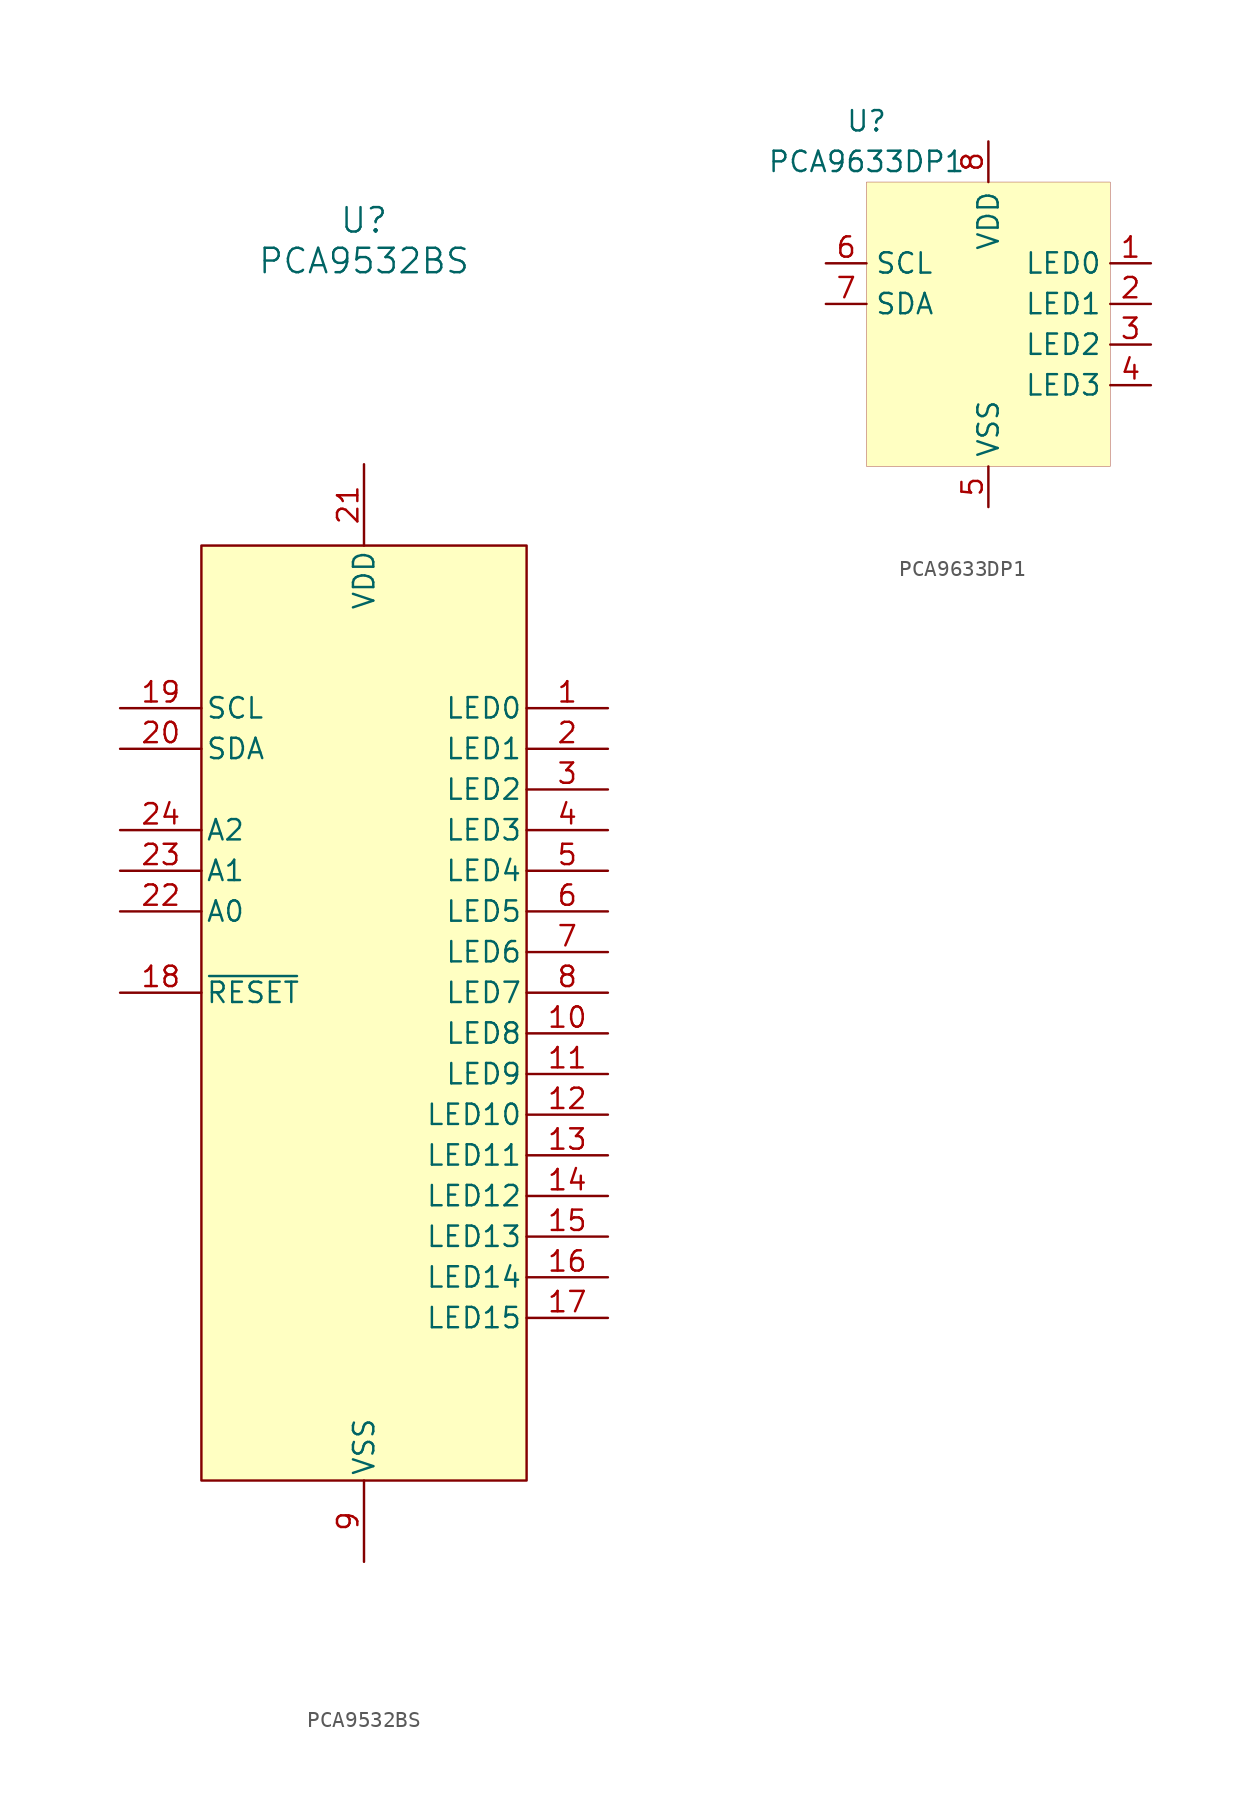
<source format=kicad_sym>
(kicad_symbol_lib
  (version 20201005)
  (generator kicad_symbol_editor)
  (symbol "Driver_LED_U:PCA9532BS"
    (pin_names
      (offset 0.254))
    (property "Reference" "U"
      (at 0 48.26 0)
      (effects (font (size 1.524 1.524))))
    (property "Value" "PCA9532BS"
      (at 0 45.72 0)
      (effects (font (size 1.524 1.524))))
    (symbol "PCA9532BS_1_1"
      (rectangle (start -10.16 27.94) (end 10.16 -30.48) (stroke (width 0.152)) (fill (type background)))
      (pin output line (at 15.24 17.78 180) (length 5.08) (name "LED0" (effects (font (size 1.27 1.27)))) (number "1" (effects (font (size 1.27 1.27)))))
      (pin output line (at 15.24 -2.54 180) (length 5.08) (name "LED8" (effects (font (size 1.27 1.27)))) (number "10" (effects (font (size 1.27 1.27)))))
      (pin output line (at 15.24 -5.08 180) (length 5.08) (name "LED9" (effects (font (size 1.27 1.27)))) (number "11" (effects (font (size 1.27 1.27)))))
      (pin output line (at 15.24 -7.62 180) (length 5.08) (name "LED10" (effects (font (size 1.27 1.27)))) (number "12" (effects (font (size 1.27 1.27)))))
      (pin output line (at 15.24 -10.16 180) (length 5.08) (name "LED11" (effects (font (size 1.27 1.27)))) (number "13" (effects (font (size 1.27 1.27)))))
      (pin output line (at 15.24 -12.7 180) (length 5.08) (name "LED12" (effects (font (size 1.27 1.27)))) (number "14" (effects (font (size 1.27 1.27)))))
      (pin output line (at 15.24 -15.24 180) (length 5.08) (name "LED13" (effects (font (size 1.27 1.27)))) (number "15" (effects (font (size 1.27 1.27)))))
      (pin output line (at 15.24 -17.78 180) (length 5.08) (name "LED14" (effects (font (size 1.27 1.27)))) (number "16" (effects (font (size 1.27 1.27)))))
      (pin output line (at 15.24 -20.32 180) (length 5.08) (name "LED15" (effects (font (size 1.27 1.27)))) (number "17" (effects (font (size 1.27 1.27)))))
      (pin input line (at -15.24 0 0) (length 5.08) (name "~{RESET}" (effects (font (size 1.27 1.27)))) (number "18" (effects (font (size 1.27 1.27)))))
      (pin input line (at -15.24 17.78 0) (length 5.08) (name "SCL" (effects (font (size 1.27 1.27)))) (number "19" (effects (font (size 1.27 1.27)))))
      (pin output line (at 15.24 15.24 180) (length 5.08) (name "LED1" (effects (font (size 1.27 1.27)))) (number "2" (effects (font (size 1.27 1.27)))))
      (pin bidirectional line (at -15.24 15.24 0) (length 5.08) (name "SDA" (effects (font (size 1.27 1.27)))) (number "20" (effects (font (size 1.27 1.27)))))
      (pin power_in line (at 0 33.02 270) (length 5.08) (name "VDD" (effects (font (size 1.27 1.27)))) (number "21" (effects (font (size 1.27 1.27)))))
      (pin input line (at -15.24 5.08 0) (length 5.08) (name "A0" (effects (font (size 1.27 1.27)))) (number "22" (effects (font (size 1.27 1.27)))))
      (pin input line (at -15.24 7.62 0) (length 5.08) (name "A1" (effects (font (size 1.27 1.27)))) (number "23" (effects (font (size 1.27 1.27)))))
      (pin input line (at -15.24 10.16 0) (length 5.08) (name "A2" (effects (font (size 1.27 1.27)))) (number "24" (effects (font (size 1.27 1.27)))))
      (pin power_in line (at 0 -35.56 90) (length 5.08) hide (name "VSS" (effects (font (size 1.27 1.27)))) (number "25" (effects (font (size 1.27 1.27)))))
      (pin output line (at 15.24 12.7 180) (length 5.08) (name "LED2" (effects (font (size 1.27 1.27)))) (number "3" (effects (font (size 1.27 1.27)))))
      (pin output line (at 15.24 10.16 180) (length 5.08) (name "LED3" (effects (font (size 1.27 1.27)))) (number "4" (effects (font (size 1.27 1.27)))))
      (pin output line (at 15.24 7.62 180) (length 5.08) (name "LED4" (effects (font (size 1.27 1.27)))) (number "5" (effects (font (size 1.27 1.27)))))
      (pin output line (at 15.24 5.08 180) (length 5.08) (name "LED5" (effects (font (size 1.27 1.27)))) (number "6" (effects (font (size 1.27 1.27)))))
      (pin output line (at 15.24 2.54 180) (length 5.08) (name "LED6" (effects (font (size 1.27 1.27)))) (number "7" (effects (font (size 1.27 1.27)))))
      (pin output line (at 15.24 0 180) (length 5.08) (name "LED7" (effects (font (size 1.27 1.27)))) (number "8" (effects (font (size 1.27 1.27)))))
      (pin power_in line (at 0 -35.56 90) (length 5.08) (name "VSS" (effects (font (size 1.27 1.27)))) (number "9" (effects (font (size 1.27 1.27)))))))
  (symbol "Driver_LED_U:PCA9633DP1"
    (property "Reference" "U"
      (at -7.62 11.43 0)
      (effects (font (size 1.27 1.27))))
    (property "Value" "PCA9633DP1"
      (at -7.62 8.89 0)
      (effects (font (size 1.27 1.27))))
    (symbol "PCA9633DP1_0_1"
      (rectangle (start -7.62 7.62) (end 7.62 -10.16) (stroke (width 0.001)) (fill (type background))))
    (symbol "PCA9633DP1_1_1"
      (pin output line (at 10.16 2.54 180) (length 2.54) (name "LED0" (effects (font (size 1.27 1.27)))) (number "1" (effects (font (size 1.27 1.27)))))
      (pin output line (at 10.16 0 180) (length 2.54) (name "LED1" (effects (font (size 1.27 1.27)))) (number "2" (effects (font (size 1.27 1.27)))))
      (pin output line (at 10.16 -2.54 180) (length 2.54) (name "LED2" (effects (font (size 1.27 1.27)))) (number "3" (effects (font (size 1.27 1.27)))))
      (pin output line (at 10.16 -5.08 180) (length 2.54) (name "LED3" (effects (font (size 1.27 1.27)))) (number "4" (effects (font (size 1.27 1.27)))))
      (pin power_in line (at 0 -12.7 90) (length 2.54) (name "VSS" (effects (font (size 1.27 1.27)))) (number "5" (effects (font (size 1.27 1.27)))))
      (pin bidirectional line (at -10.16 2.54 0) (length 2.54) (name "SCL" (effects (font (size 1.27 1.27)))) (number "6" (effects (font (size 1.27 1.27)))))
      (pin bidirectional line (at -10.16 0 0) (length 2.54) (name "SDA" (effects (font (size 1.27 1.27)))) (number "7" (effects (font (size 1.27 1.27)))))
      (pin power_in line (at 0 10.16 270) (length 2.54) (name "VDD" (effects (font (size 1.27 1.27)))) (number "8" (effects (font (size 1.27 1.27))))))))
</source>
